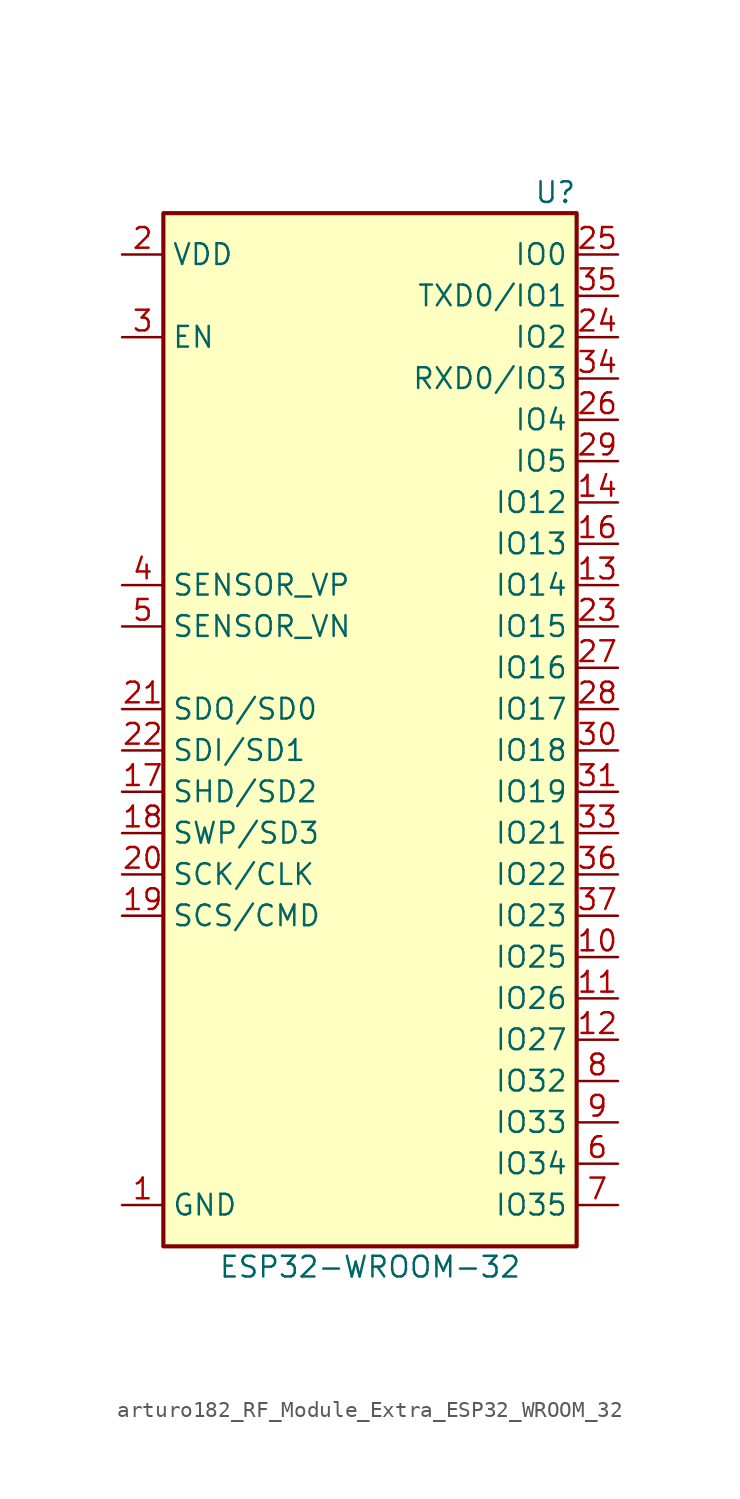
<source format=kicad_sym>
(kicad_symbol_lib
  (version 20220914)
  (generator kicad_symbol_editor)
  (symbol "arturo182_RF_Module_Extra_ESP32_WROOM_32"
    (property "Reference" "U"
      (at 12.7 34.29 0)
      (effects (font (size 1.27 1.27)) (justify right)))
    (property "Value" "ESP32-WROOM-32"
      (at 0 -31.75 0)
      (effects (font (size 1.27 1.27))))
    (symbol "arturo182_RF_Module_Extra_ESP32_WROOM_32_0_1"
      (rectangle (start -12.7 33.02) (end 12.7 -30.48) (stroke (width 0.254) (type default)) (fill (type background))))
    (symbol "arturo182_RF_Module_Extra_ESP32_WROOM_32_1_1"
      (pin power_in line (at -15.24 -27.94 0) (length 2.54) (name "GND" (effects (font (size 1.27 1.27)))) (number "1" (effects (font (size 1.27 1.27)))))
      (pin bidirectional line (at 15.24 -12.7 180) (length 2.54) (name "IO25" (effects (font (size 1.27 1.27)))) (number "10" (effects (font (size 1.27 1.27)))))
      (pin bidirectional line (at 15.24 -15.24 180) (length 2.54) (name "IO26" (effects (font (size 1.27 1.27)))) (number "11" (effects (font (size 1.27 1.27)))))
      (pin bidirectional line (at 15.24 -17.78 180) (length 2.54) (name "IO27" (effects (font (size 1.27 1.27)))) (number "12" (effects (font (size 1.27 1.27)))))
      (pin bidirectional line (at 15.24 10.16 180) (length 2.54) (name "IO14" (effects (font (size 1.27 1.27)))) (number "13" (effects (font (size 1.27 1.27)))))
      (pin bidirectional line (at 15.24 15.24 180) (length 2.54) (name "IO12" (effects (font (size 1.27 1.27)))) (number "14" (effects (font (size 1.27 1.27)))))
      (pin passive line (at -15.24 -27.94 0) (length 2.54) hide (name "GND" (effects (font (size 1.27 1.27)))) (number "15" (effects (font (size 1.27 1.27)))))
      (pin bidirectional line (at 15.24 12.7 180) (length 2.54) (name "IO13" (effects (font (size 1.27 1.27)))) (number "16" (effects (font (size 1.27 1.27)))))
      (pin bidirectional line (at -15.24 -2.54 0) (length 2.54) (name "SHD/SD2" (effects (font (size 1.27 1.27)))) (number "17" (effects (font (size 1.27 1.27)))))
      (pin bidirectional line (at -15.24 -5.08 0) (length 2.54) (name "SWP/SD3" (effects (font (size 1.27 1.27)))) (number "18" (effects (font (size 1.27 1.27)))))
      (pin bidirectional line (at -15.24 -10.16 0) (length 2.54) (name "SCS/CMD" (effects (font (size 1.27 1.27)))) (number "19" (effects (font (size 1.27 1.27)))))
      (pin power_in line (at -15.24 30.48 0) (length 2.54) (name "VDD" (effects (font (size 1.27 1.27)))) (number "2" (effects (font (size 1.27 1.27)))))
      (pin bidirectional line (at -15.24 -7.62 0) (length 2.54) (name "SCK/CLK" (effects (font (size 1.27 1.27)))) (number "20" (effects (font (size 1.27 1.27)))))
      (pin bidirectional line (at -15.24 2.54 0) (length 2.54) (name "SDO/SD0" (effects (font (size 1.27 1.27)))) (number "21" (effects (font (size 1.27 1.27)))))
      (pin bidirectional line (at -15.24 0 0) (length 2.54) (name "SDI/SD1" (effects (font (size 1.27 1.27)))) (number "22" (effects (font (size 1.27 1.27)))))
      (pin bidirectional line (at 15.24 7.62 180) (length 2.54) (name "IO15" (effects (font (size 1.27 1.27)))) (number "23" (effects (font (size 1.27 1.27)))))
      (pin bidirectional line (at 15.24 25.4 180) (length 2.54) (name "IO2" (effects (font (size 1.27 1.27)))) (number "24" (effects (font (size 1.27 1.27)))))
      (pin bidirectional line (at 15.24 30.48 180) (length 2.54) (name "IO0" (effects (font (size 1.27 1.27)))) (number "25" (effects (font (size 1.27 1.27)))))
      (pin bidirectional line (at 15.24 20.32 180) (length 2.54) (name "IO4" (effects (font (size 1.27 1.27)))) (number "26" (effects (font (size 1.27 1.27)))))
      (pin bidirectional line (at 15.24 5.08 180) (length 2.54) (name "IO16" (effects (font (size 1.27 1.27)))) (number "27" (effects (font (size 1.27 1.27)))))
      (pin bidirectional line (at 15.24 2.54 180) (length 2.54) (name "IO17" (effects (font (size 1.27 1.27)))) (number "28" (effects (font (size 1.27 1.27)))))
      (pin bidirectional line (at 15.24 17.78 180) (length 2.54) (name "IO5" (effects (font (size 1.27 1.27)))) (number "29" (effects (font (size 1.27 1.27)))))
      (pin input line (at -15.24 25.4 0) (length 2.54) (name "EN" (effects (font (size 1.27 1.27)))) (number "3" (effects (font (size 1.27 1.27)))))
      (pin bidirectional line (at 15.24 0 180) (length 2.54) (name "IO18" (effects (font (size 1.27 1.27)))) (number "30" (effects (font (size 1.27 1.27)))))
      (pin bidirectional line (at 15.24 -2.54 180) (length 2.54) (name "IO19" (effects (font (size 1.27 1.27)))) (number "31" (effects (font (size 1.27 1.27)))))
      (pin no_connect line (at -15.24 -25.4 0) (length 2.54) hide (name "NC" (effects (font (size 1.27 1.27)))) (number "32" (effects (font (size 1.27 1.27)))))
      (pin bidirectional line (at 15.24 -5.08 180) (length 2.54) (name "IO21" (effects (font (size 1.27 1.27)))) (number "33" (effects (font (size 1.27 1.27)))))
      (pin bidirectional line (at 15.24 22.86 180) (length 2.54) (name "RXD0/IO3" (effects (font (size 1.27 1.27)))) (number "34" (effects (font (size 1.27 1.27)))))
      (pin bidirectional line (at 15.24 27.94 180) (length 2.54) (name "TXD0/IO1" (effects (font (size 1.27 1.27)))) (number "35" (effects (font (size 1.27 1.27)))))
      (pin bidirectional line (at 15.24 -7.62 180) (length 2.54) (name "IO22" (effects (font (size 1.27 1.27)))) (number "36" (effects (font (size 1.27 1.27)))))
      (pin bidirectional line (at 15.24 -10.16 180) (length 2.54) (name "IO23" (effects (font (size 1.27 1.27)))) (number "37" (effects (font (size 1.27 1.27)))))
      (pin passive line (at -15.24 -27.94 0) (length 2.54) hide (name "GND" (effects (font (size 1.27 1.27)))) (number "38" (effects (font (size 1.27 1.27)))))
      (pin input line (at -15.24 10.16 0) (length 2.54) (name "SENSOR_VP" (effects (font (size 1.27 1.27)))) (number "4" (effects (font (size 1.27 1.27)))))
      (pin input line (at -15.24 7.62 0) (length 2.54) (name "SENSOR_VN" (effects (font (size 1.27 1.27)))) (number "5" (effects (font (size 1.27 1.27)))))
      (pin input line (at 15.24 -25.4 180) (length 2.54) (name "IO34" (effects (font (size 1.27 1.27)))) (number "6" (effects (font (size 1.27 1.27)))))
      (pin input line (at 15.24 -27.94 180) (length 2.54) (name "IO35" (effects (font (size 1.27 1.27)))) (number "7" (effects (font (size 1.27 1.27)))))
      (pin bidirectional line (at 15.24 -20.32 180) (length 2.54) (name "IO32" (effects (font (size 1.27 1.27)))) (number "8" (effects (font (size 1.27 1.27)))))
      (pin bidirectional line (at 15.24 -22.86 180) (length 2.54) (name "IO33" (effects (font (size 1.27 1.27)))) (number "9" (effects (font (size 1.27 1.27))))))))
</source>
